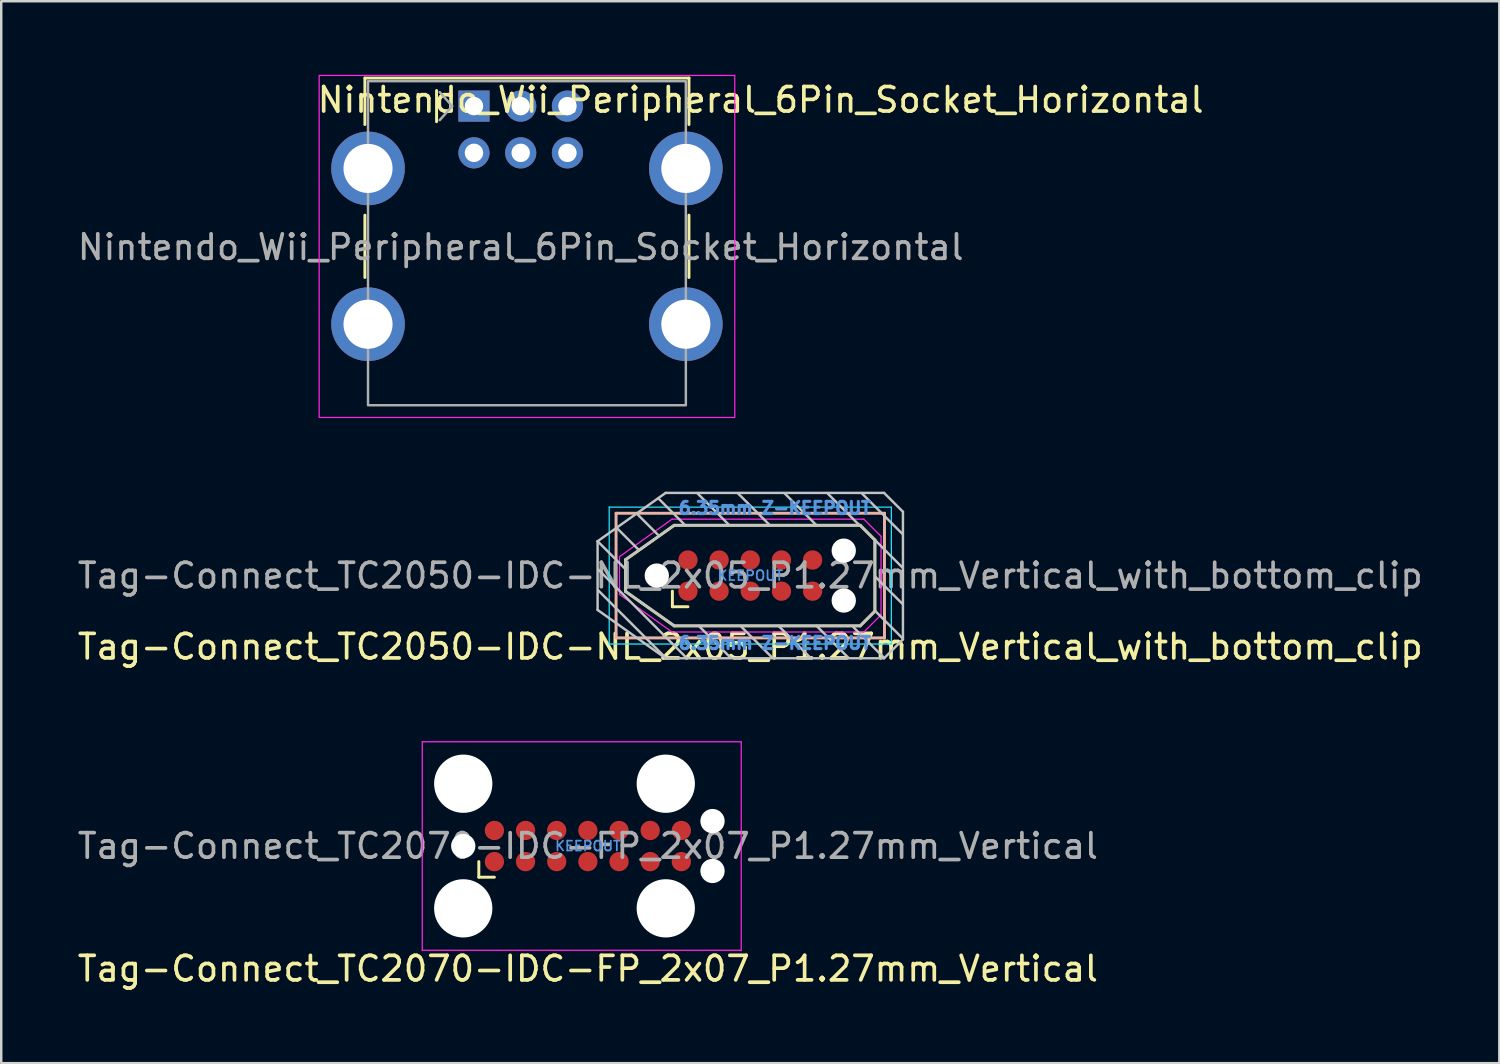
<source format=kicad_pcb>
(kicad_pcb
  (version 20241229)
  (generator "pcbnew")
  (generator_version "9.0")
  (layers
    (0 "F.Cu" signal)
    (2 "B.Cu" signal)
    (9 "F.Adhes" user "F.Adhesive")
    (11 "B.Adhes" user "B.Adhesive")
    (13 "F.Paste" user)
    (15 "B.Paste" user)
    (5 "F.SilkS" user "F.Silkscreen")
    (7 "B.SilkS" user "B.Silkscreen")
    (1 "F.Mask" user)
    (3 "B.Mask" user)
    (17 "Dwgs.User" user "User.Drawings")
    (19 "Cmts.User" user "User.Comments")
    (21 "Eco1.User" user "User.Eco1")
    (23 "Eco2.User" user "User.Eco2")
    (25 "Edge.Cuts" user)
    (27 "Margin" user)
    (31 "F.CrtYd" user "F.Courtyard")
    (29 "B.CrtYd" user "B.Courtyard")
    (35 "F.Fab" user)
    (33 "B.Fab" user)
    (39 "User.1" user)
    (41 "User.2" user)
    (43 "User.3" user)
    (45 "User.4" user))
  (footprint "Tag-Connect_TC2050-IDC-NL_2x05_P1.27mm_Vertical_with_bottom_clip"
    (layer "F.Cu")
    (at 27.53 20.41)
    (property "Reference" "Tag-Connect_TC2050-IDC-NL_2x05_P1.27mm_Vertical_with_bottom_clip" (at 0 2.9 0) (layer "F.SilkS") (effects (font (size 1 1) (thickness 0.15))))
    (attr exclude_from_pos_files exclude_from_bom)
    (fp_line (start -5.08 -0.65) (end -3.1 -2.05) (stroke (width 0.12) (type solid)) (layer "F.SilkS"))
    (fp_line (start -5.08 0.65) (end -5.08 -0.65) (stroke (width 0.12) (type solid)) (layer "F.SilkS"))
    (fp_line (start -3.175 1.27) (end -3.175 0.635) (stroke (width 0.12) (type solid)) (layer "F.SilkS"))
    (fp_line (start -3.1 -2.05) (end 4.48 -2.05) (stroke (width 0.12) (type solid)) (layer "F.SilkS"))
    (fp_line (start -3.1 2.05) (end -5.08 0.65) (stroke (width 0.12) (type solid)) (layer "F.SilkS"))
    (fp_line (start -2.54 1.27) (end -3.175 1.27) (stroke (width 0.12) (type solid)) (layer "F.SilkS"))
    (fp_line (start 4.48 -2.05) (end 5.08 -1.45) (stroke (width 0.12) (type solid)) (layer "F.SilkS"))
    (fp_line (start 4.48 2.05) (end -3.1 2.05) (stroke (width 0.12) (type solid)) (layer "F.SilkS"))
    (fp_line (start 4.48 2.05) (end 5.08 1.45) (stroke (width 0.12) (type solid)) (layer "F.SilkS"))
    (fp_line (start 5.08 -1.45) (end 5.08 1.45) (stroke (width 0.12) (type solid)) (layer "F.SilkS"))
    (fp_line (start -5.47 -2.54) (end 5.47 -2.54) (stroke (width 0.12) (type solid)) (layer "B.SilkS"))
    (fp_line (start -5.47 2.54) (end -5.47 -2.54) (stroke (width 0.12) (type solid)) (layer "B.SilkS"))
    (fp_line (start 5.47 -2.54) (end 5.47 2.54) (stroke (width 0.12) (type solid)) (layer "B.SilkS"))
    (fp_line (start 5.47 2.54) (end -5.47 2.54) (stroke (width 0.12) (type solid)) (layer "B.SilkS"))
    (fp_line (start -6.223 -1.4) (end -5.1 -0.277) (stroke (width 0.1) (type solid)) (layer "Dwgs.User"))
    (fp_line (start -6.223 -1.4) (end -3.45 -3.37) (stroke (width 0.1) (type solid)) (layer "Dwgs.User"))
    (fp_line (start -6.223 1.4) (end -6.223 -1.4) (stroke (width 0.1) (type solid)) (layer "Dwgs.User"))
    (fp_line (start -6.223 1.4) (end -3.45 3.37) (stroke (width 0.1) (type solid)) (layer "Dwgs.User"))
    (fp_line (start -6.2 -0.25) (end -2.6 3.35) (stroke (width 0.1) (type solid)) (layer "Dwgs.User"))
    (fp_line (start -6.2 0.6) (end -3.45 3.35) (stroke (width 0.1) (type solid)) (layer "Dwgs.User"))
    (fp_line (start -5.4 -1.9) (end -4.55 -1.05) (stroke (width 0.1) (type solid)) (layer "Dwgs.User"))
    (fp_line (start -5.08 -0.65) (end -3.1 -2.05) (stroke (width 0.1) (type solid)) (layer "Dwgs.User"))
    (fp_line (start -5.08 0.65) (end -5.08 -0.65) (stroke (width 0.1) (type solid)) (layer "Dwgs.User"))
    (fp_line (start -4.6 -2.5) (end -3.75 -1.65) (stroke (width 0.1) (type solid)) (layer "Dwgs.User"))
    (fp_line (start -3.75 -3.15) (end -2.65 -2.05) (stroke (width 0.1) (type solid)) (layer "Dwgs.User"))
    (fp_line (start -3.45 -3.37) (end 5.453 -3.37) (stroke (width 0.1) (type solid)) (layer "Dwgs.User"))
    (fp_line (start -3.1 -2.05) (end 4.48 -2.05) (stroke (width 0.1) (type solid)) (layer "Dwgs.User"))
    (fp_line (start -3.1 2.05) (end -5.08 0.65) (stroke (width 0.1) (type solid)) (layer "Dwgs.User"))
    (fp_line (start -2.15 -3.35) (end -0.85 -2.05) (stroke (width 0.1) (type solid)) (layer "Dwgs.User"))
    (fp_line (start -2.1 2.05) (end -0.8 3.35) (stroke (width 0.1) (type solid)) (layer "Dwgs.User"))
    (fp_line (start -0.5 -3.35) (end 0.8 -2.05) (stroke (width 0.1) (type solid)) (layer "Dwgs.User"))
    (fp_line (start -0.35 2.1) (end 0.9 3.35) (stroke (width 0.1) (type solid)) (layer "Dwgs.User"))
    (fp_line (start 1.15 2.05) (end 2.45 3.35) (stroke (width 0.1) (type solid)) (layer "Dwgs.User"))
    (fp_line (start 1.4 -3.35) (end 2.7 -2.05) (stroke (width 0.1) (type solid)) (layer "Dwgs.User"))
    (fp_line (start 2.7 2.05) (end 4 3.35) (stroke (width 0.1) (type solid)) (layer "Dwgs.User"))
    (fp_line (start 3.15 -3.35) (end 4.4 -2.1) (stroke (width 0.1) (type solid)) (layer "Dwgs.User"))
    (fp_line (start 4.2 2.1) (end 5.45 3.35) (stroke (width 0.1) (type solid)) (layer "Dwgs.User"))
    (fp_line (start 4.4 -2.1) (end 4.45 -2.05) (stroke (width 0.1) (type solid)) (layer "Dwgs.User"))
    (fp_line (start 4.48 -2.05) (end 5.08 -1.45) (stroke (width 0.1) (type solid)) (layer "Dwgs.User"))
    (fp_line (start 4.48 2.05) (end -3.1 2.05) (stroke (width 0.1) (type solid)) (layer "Dwgs.User"))
    (fp_line (start 4.48 2.05) (end 5.08 1.45) (stroke (width 0.1) (type solid)) (layer "Dwgs.User"))
    (fp_line (start 4.55 -3.35) (end 6.2 -1.7) (stroke (width 0.1) (type solid)) (layer "Dwgs.User"))
    (fp_line (start 5.08 -1.45) (end 5.08 1.45) (stroke (width 0.1) (type solid)) (layer "Dwgs.User"))
    (fp_line (start 5.08 -1.45) (end 6.2 -0.33) (stroke (width 0.1) (type solid)) (layer "Dwgs.User"))
    (fp_line (start 5.1 0.05) (end 6.2 1.15) (stroke (width 0.1) (type solid)) (layer "Dwgs.User"))
    (fp_line (start 5.1 1.45) (end 6.2 2.55) (stroke (width 0.1) (type solid)) (layer "Dwgs.User"))
    (fp_line (start 5.453 -3.37) (end 6.223 -2.6) (stroke (width 0.1) (type solid)) (layer "Dwgs.User"))
    (fp_line (start 5.453 3.37) (end -3.45 3.37) (stroke (width 0.1) (type solid)) (layer "Dwgs.User"))
    (fp_line (start 5.453 3.37) (end 6.223 2.6) (stroke (width 0.1) (type solid)) (layer "Dwgs.User"))
    (fp_line (start 6.223 -2.6) (end 6.223 2.6) (stroke (width 0.1) (type solid)) (layer "Dwgs.User"))
    (fp_line (start -5.75 -2.79) (end 5.75 -2.79) (stroke (width 0.05) (type solid)) (layer "B.CrtYd"))
    (fp_line (start -5.75 2.79) (end -5.75 -2.79) (stroke (width 0.05) (type solid)) (layer "B.CrtYd"))
    (fp_line (start 5.75 -2.79) (end 5.75 2.79) (stroke (width 0.05) (type solid)) (layer "B.CrtYd"))
    (fp_line (start 5.75 2.79) (end -5.75 2.79) (stroke (width 0.05) (type solid)) (layer "B.CrtYd"))
    (fp_line (start -5.33 -0.77) (end -3.19 -2.3) (stroke (width 0.05) (type solid)) (layer "F.CrtYd"))
    (fp_line (start -5.33 0.77) (end -5.33 -0.77) (stroke (width 0.05) (type solid)) (layer "F.CrtYd"))
    (fp_line (start -3.19 -2.3) (end 4.63 -2.3) (stroke (width 0.05) (type solid)) (layer "F.CrtYd"))
    (fp_line (start -3.19 2.3) (end -5.33 0.77) (stroke (width 0.05) (type solid)) (layer "F.CrtYd"))
    (fp_line (start 4.63 -2.3) (end 5.33 -1.6) (stroke (width 0.05) (type solid)) (layer "F.CrtYd"))
    (fp_line (start 4.63 2.3) (end -3.19 2.3) (stroke (width 0.05) (type solid)) (layer "F.CrtYd"))
    (fp_line (start 4.63 2.3) (end 5.33 1.6) (stroke (width 0.05) (type solid)) (layer "F.CrtYd"))
    (fp_line (start 5.33 -1.6) (end 5.33 1.6) (stroke (width 0.05) (type solid)) (layer "F.CrtYd"))
    (fp_text user "6.35mm Z-KEEPOUT" (at 1 -2.75 0) (layer "Cmts.User") (effects (font (size 0.5 0.5) (thickness 0.125))))
    (fp_text user "KEEPOUT" (at 0 0 0) (layer "Cmts.User") (effects (font (size 0.4 0.4) (thickness 0.07))))
    (fp_text user "6.35mm Z-KEEPOUT" (at 1 2.75 0) (layer "Cmts.User") (effects (font (size 0.5 0.5) (thickness 0.125))))
    (fp_text user "${REFERENCE}" (at 0 0 0) (layer "F.Fab") (effects (font (size 1 1) (thickness 0.15))))
    (pad "" np_thru_hole circle (at -3.81 0) (size 0.991 0.991) (drill 0.991) (layers "*.Cu" "*.Mask"))
    (pad "" np_thru_hole circle (at 3.81 -1.016) (size 0.991 0.991) (drill 0.991) (layers "*.Cu" "*.Mask"))
    (pad "" np_thru_hole circle (at 3.81 1.016) (size 0.991 0.991) (drill 0.991) (layers "*.Cu" "*.Mask"))
    (pad "1" connect circle (at -2.54 0.635) (size 0.787 0.787) (layers "F.Cu" "F.Mask"))
    (pad "2" connect circle (at -1.27 0.635) (size 0.787 0.787) (layers "F.Cu" "F.Mask"))
    (pad "3" connect circle (at 0 0.635) (size 0.787 0.787) (layers "F.Cu" "F.Mask"))
    (pad "4" connect circle (at 1.27 0.635) (size 0.787 0.787) (layers "F.Cu" "F.Mask"))
    (pad "5" connect circle (at 2.54 0.635) (size 0.787 0.787) (layers "F.Cu" "F.Mask"))
    (pad "6" connect circle (at 2.54 -0.635) (size 0.787 0.787) (layers "F.Cu" "F.Mask"))
    (pad "7" connect circle (at 1.27 -0.635) (size 0.787 0.787) (layers "F.Cu" "F.Mask"))
    (pad "8" connect circle (at 0 -0.635) (size 0.787 0.787) (layers "F.Cu" "F.Mask"))
    (pad "9" connect circle (at -1.27 -0.635) (size 0.787 0.787) (layers "F.Cu" "F.Mask"))
    (pad "10" connect circle (at -2.54 -0.635) (size 0.787 0.787) (layers "F.Cu" "F.Mask"))
    (zone (net_name "") (layer "F.Cu") (hatch full 0.508) (connect_pads) (min_thickness 0.254) (filled_areas_thickness no) (keepout (tracks allowed) (vias not_allowed) (pads allowed) (copperpour not_allowed) (footprints not_allowed)) (placement (enabled no)) (fill) (polygon (pts (xy 24.99 21.045) (xy 30.07 21.045) (xy 30.07 19.775) (xy 24.99 19.775)))))
  (footprint "Tag-Connect_TC2070-IDC-FP_2x07_P1.27mm_Vertical"
    (layer "F.Cu")
    (at 20.911 31.433)
    (property "Reference" "Tag-Connect_TC2070-IDC-FP_2x07_P1.27mm_Vertical" (at 0 5 0) (layer "F.SilkS") (effects (font (size 1 1) (thickness 0.15))))
    (attr exclude_from_pos_files exclude_from_bom)
    (fp_line (start -4.445 0.635) (end -4.445 1.27) (stroke (width 0.12) (type solid)) (layer "F.SilkS"))
    (fp_line (start -4.445 1.27) (end -3.81 1.27) (stroke (width 0.12) (type solid)) (layer "F.SilkS"))
    (fp_line (start -6.75 -4.25) (end -6.75 4.25) (stroke (width 0.05) (type solid)) (layer "F.CrtYd"))
    (fp_line (start -6.75 4.25) (end 6.25 4.25) (stroke (width 0.05) (type solid)) (layer "F.CrtYd"))
    (fp_line (start 6.25 -4.25) (end -6.75 -4.25) (stroke (width 0.05) (type solid)) (layer "F.CrtYd"))
    (fp_line (start 6.25 4.25) (end 6.25 -4.25) (stroke (width 0.05) (type solid)) (layer "F.CrtYd"))
    (fp_text user "KEEPOUT" (at 0 0 0) (layer "Cmts.User") (effects (font (size 0.4 0.4) (thickness 0.07))))
    (fp_text user "${REFERENCE}" (at 0 0 0) (layer "F.Fab") (effects (font (size 1 1) (thickness 0.15))))
    (pad "" np_thru_hole circle (at -5.08 -2.54) (size 2.375 2.375) (drill 2.375) (layers "*.Cu" "*.Mask"))
    (pad "" np_thru_hole circle (at -5.08 0) (size 0.991 0.991) (drill 0.991) (layers "*.Cu" "*.Mask"))
    (pad "" np_thru_hole circle (at -5.08 2.54) (size 2.375 2.375) (drill 2.375) (layers "*.Cu" "*.Mask"))
    (pad "" np_thru_hole circle (at 3.175 -2.54) (size 2.375 2.375) (drill 2.375) (layers "*.Cu" "*.Mask"))
    (pad "" np_thru_hole circle (at 3.175 2.54) (size 2.375 2.375) (drill 2.375) (layers "*.Cu" "*.Mask"))
    (pad "" np_thru_hole circle (at 5.08 -1.016) (size 0.991 0.991) (drill 0.991) (layers "*.Cu" "*.Mask"))
    (pad "" np_thru_hole circle (at 5.08 1.016) (size 0.991 0.991) (drill 0.991) (layers "*.Cu" "*.Mask"))
    (pad "1" connect circle (at -3.81 0.635) (size 0.787 0.787) (layers "F.Cu" "F.Mask"))
    (pad "2" connect circle (at -2.54 0.635) (size 0.787 0.787) (layers "F.Cu" "F.Mask"))
    (pad "3" connect circle (at -1.27 0.635) (size 0.787 0.787) (layers "F.Cu" "F.Mask"))
    (pad "4" connect circle (at 0 0.635) (size 0.787 0.787) (layers "F.Cu" "F.Mask"))
    (pad "5" connect circle (at 1.27 0.635) (size 0.787 0.787) (layers "F.Cu" "F.Mask"))
    (pad "6" connect circle (at 2.54 0.635) (size 0.787 0.787) (layers "F.Cu" "F.Mask"))
    (pad "7" connect circle (at 3.81 0.635) (size 0.787 0.787) (layers "F.Cu" "F.Mask"))
    (pad "8" connect circle (at 3.81 -0.635) (size 0.787 0.787) (layers "F.Cu" "F.Mask"))
    (pad "9" connect circle (at 2.54 -0.635) (size 0.787 0.787) (layers "F.Cu" "F.Mask"))
    (pad "10" connect circle (at 1.27 -0.635) (size 0.787 0.787) (layers "F.Cu" "F.Mask"))
    (pad "11" connect circle (at 0 -0.635) (size 0.787 0.787) (layers "F.Cu" "F.Mask"))
    (pad "12" connect circle (at -1.27 -0.635) (size 0.787 0.787) (layers "F.Cu" "F.Mask"))
    (pad "13" connect circle (at -2.54 -0.635) (size 0.787 0.787) (layers "F.Cu" "F.Mask"))
    (pad "14" connect circle (at -3.81 -0.635) (size 0.787 0.787) (layers "F.Cu" "F.Mask"))
    (zone (net_name "") (layer "F.Cu") (hatch full 0.508) (connect_pads) (min_thickness 0.254) (filled_areas_thickness no) (keepout (tracks allowed) (vias not_allowed) (pads allowed) (copperpour not_allowed) (footprints not_allowed)) (placement (enabled no)) (fill) (polygon (pts (xy 24.721 30.798) (xy 17.101 30.798) (xy 17.101 32.068) (xy 24.721 32.068)))))
  (footprint "Nintendo_Wii_Peripheral_6Pin_Socket_Horizontal"
    (layer "F.Cu")
    (at 16.268 1.275)
    (property "Reference" "Nintendo_Wii_Peripheral_6Pin_Socket_Horizontal" (at 11.684 -0.254 0) (layer "F.SilkS") (effects (font (size 1 1) (thickness 0.15))))
    (attr through_hole)
    (fp_line (start -4.445 -1.143) (end -4.445 0.75) (stroke (width 0.12) (type solid)) (layer "F.SilkS"))
    (fp_line (start -4.445 -1.143) (end 8.763 -1.143) (stroke (width 0.12) (type solid)) (layer "F.SilkS"))
    (fp_line (start -4.445 4.445) (end -4.445 6.985) (stroke (width 0.12) (type solid)) (layer "F.SilkS"))
    (fp_line (start -1.524 0.635) (end -1.524 -0.635) (stroke (width 0.12) (type default)) (layer "F.SilkS"))
    (fp_line (start 8.763 -1.143) (end 8.763 0.75) (stroke (width 0.12) (type solid)) (layer "F.SilkS"))
    (fp_line (start 8.763 4.445) (end 8.763 6.985) (stroke (width 0.12) (type solid)) (layer "F.SilkS"))
    (fp_rect (start -6.31 -1.25) (end 10.63 12.69) (stroke (width 0.05) (type default)) (fill no) (layer "F.CrtYd"))
    (fp_line (start -1.397 0.572) (end -0.889 0) (stroke (width 0.1) (type default)) (layer "F.Fab"))
    (fp_line (start -0.889 0) (end -1.397 -0.572) (stroke (width 0.1) (type default)) (layer "F.Fab"))
    (fp_rect (start -4.318 -1.016) (end 8.636 12.192) (stroke (width 0.1) (type default)) (fill no) (layer "F.Fab"))
    (fp_text user "${REFERENCE}" (at 1.905 6.334 0) (layer "F.Fab") (effects (font (size 1 1) (thickness 0.15)) (justify bottom)))
    (pad "1" thru_hole rect (at 0 0 180) (size 1.27 1.27) (drill 0.75) (layers "*.Cu" "*.Mask"))
    (pad "2" thru_hole circle (at 0 1.905 180) (size 1.27 1.27) (drill 0.75) (layers "*.Cu" "*.Mask"))
    (pad "3" thru_hole circle (at 1.905 0 180) (size 1.27 1.27) (drill 0.75) (layers "*.Cu" "*.Mask"))
    (pad "4" thru_hole circle (at 1.905 1.905 180) (size 1.27 1.27) (drill 0.75) (layers "*.Cu" "*.Mask"))
    (pad "5" thru_hole circle (at 3.81 0 180) (size 1.27 1.27) (drill 0.75) (layers "*.Cu" "*.Mask"))
    (pad "6" thru_hole circle (at 3.81 1.905 180) (size 1.27 1.27) (drill 0.75) (layers "*.Cu" "*.Mask"))
    (pad "SH" thru_hole circle (at -4.318 2.54 180) (size 3 3) (drill 2) (layers "*.Cu" "*.Mask"))
    (pad "SH" thru_hole circle (at -4.318 8.89 180) (size 3 3) (drill 2) (layers "*.Cu" "*.Mask"))
    (pad "SH" thru_hole circle (at 8.636 2.54 180) (size 3 3) (drill 2) (layers "*.Cu" "*.Mask"))
    (pad "SH" thru_hole circle (at 8.636 8.89 180) (size 3 3) (drill 2) (layers "*.Cu" "*.Mask"))
    (zone (net_name "") (layer "F.Cu") (hatch edge 0.5) (connect_pads) (min_thickness 0.25) (filled_areas_thickness no) (keepout (tracks not_allowed) (vias not_allowed) (pads allowed) (copperpour allowed) (footprints allowed)) (placement (enabled no)) (fill) (polygon (pts (xy 11.95 5.339) (xy 24.904 5.339) (xy 24.904 13.467) (xy 11.95 13.467)))))
  (gr_rect
    (start -3 -3)
    (end 58.06 40.282)
    (stroke (width 0.1) (type default))
    (fill no)
    (layer "Edge.Cuts")))
</source>
